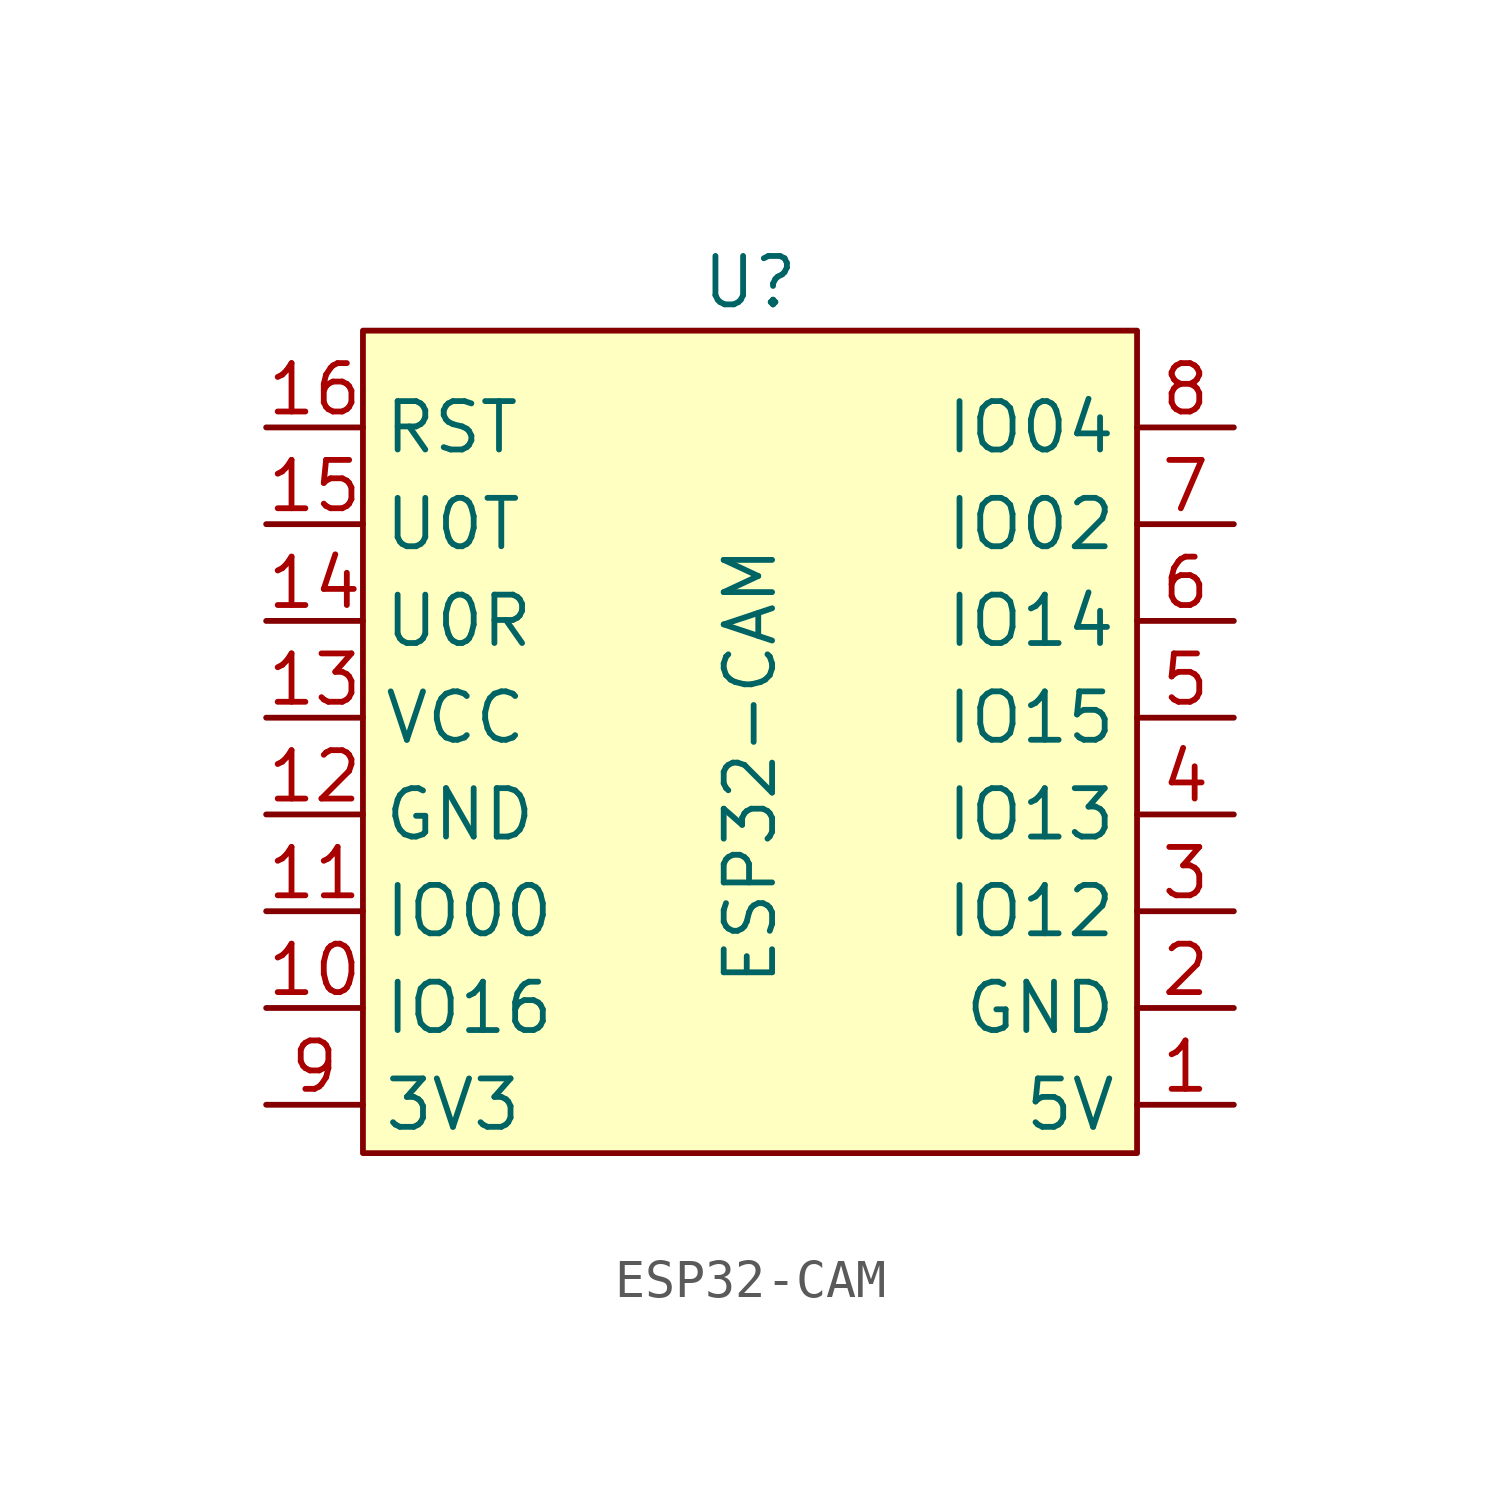
<source format=kicad_sym>
(kicad_symbol_lib
  (version 20211014)
  (generator kicad_symbol_editor)
  (symbol "ESP32-CAM"
    (property "Reference" "U"
      (at 0 12.7 0)
      (effects (font (size 1.27 1.27))))
    (property "Value" "ESP32-CAM"
      (at 0 0 90)
      (effects (font (size 1.27 1.27))))
    (symbol "ESP32-CAM_0_1"
      (rectangle (start -10.16 11.43) (end 10.16 -10.16) (stroke (width 0.152) (type default) (color 0 0 0 0)) (fill (type background))))
    (symbol "ESP32-CAM_1_1"
      (pin power_in line (at 12.7 -8.89 180) (length 2.54) (name "5V" (effects (font (size 1.27 1.27)))) (number "1" (effects (font (size 1.27 1.27)))))
      (pin bidirectional line (at -12.7 -6.35 0) (length 2.54) (name "IO16" (effects (font (size 1.27 1.27)))) (number "10" (effects (font (size 1.27 1.27)))))
      (pin bidirectional line (at -12.7 -3.81 0) (length 2.54) (name "IO00" (effects (font (size 1.27 1.27)))) (number "11" (effects (font (size 1.27 1.27)))))
      (pin passive line (at -12.7 -1.27 0) (length 2.54) (name "GND" (effects (font (size 1.27 1.27)))) (number "12" (effects (font (size 1.27 1.27)))))
      (pin power_in line (at -12.7 1.27 0) (length 2.54) (name "VCC" (effects (font (size 1.27 1.27)))) (number "13" (effects (font (size 1.27 1.27)))))
      (pin bidirectional line (at -12.7 3.81 0) (length 2.54) (name "U0R" (effects (font (size 1.27 1.27)))) (number "14" (effects (font (size 1.27 1.27)))))
      (pin bidirectional line (at -12.7 6.35 0) (length 2.54) (name "U0T" (effects (font (size 1.27 1.27)))) (number "15" (effects (font (size 1.27 1.27)))))
      (pin bidirectional line (at -12.7 8.89 0) (length 2.54) (name "RST" (effects (font (size 1.27 1.27)))) (number "16" (effects (font (size 1.27 1.27)))))
      (pin passive line (at 12.7 -6.35 180) (length 2.54) (name "GND" (effects (font (size 1.27 1.27)))) (number "2" (effects (font (size 1.27 1.27)))))
      (pin bidirectional line (at 12.7 -3.81 180) (length 2.54) (name "IO12" (effects (font (size 1.27 1.27)))) (number "3" (effects (font (size 1.27 1.27)))))
      (pin bidirectional line (at 12.7 -1.27 180) (length 2.54) (name "IO13" (effects (font (size 1.27 1.27)))) (number "4" (effects (font (size 1.27 1.27)))))
      (pin bidirectional line (at 12.7 1.27 180) (length 2.54) (name "IO15" (effects (font (size 1.27 1.27)))) (number "5" (effects (font (size 1.27 1.27)))))
      (pin bidirectional line (at 12.7 3.81 180) (length 2.54) (name "IO14" (effects (font (size 1.27 1.27)))) (number "6" (effects (font (size 1.27 1.27)))))
      (pin bidirectional line (at 12.7 6.35 180) (length 2.54) (name "IO02" (effects (font (size 1.27 1.27)))) (number "7" (effects (font (size 1.27 1.27)))))
      (pin bidirectional line (at 12.7 8.89 180) (length 2.54) (name "IO04" (effects (font (size 1.27 1.27)))) (number "8" (effects (font (size 1.27 1.27)))))
      (pin power_out line (at -12.7 -8.89 0) (length 2.54) (name "3V3" (effects (font (size 1.27 1.27)))) (number "9" (effects (font (size 1.27 1.27))))))))
</source>
